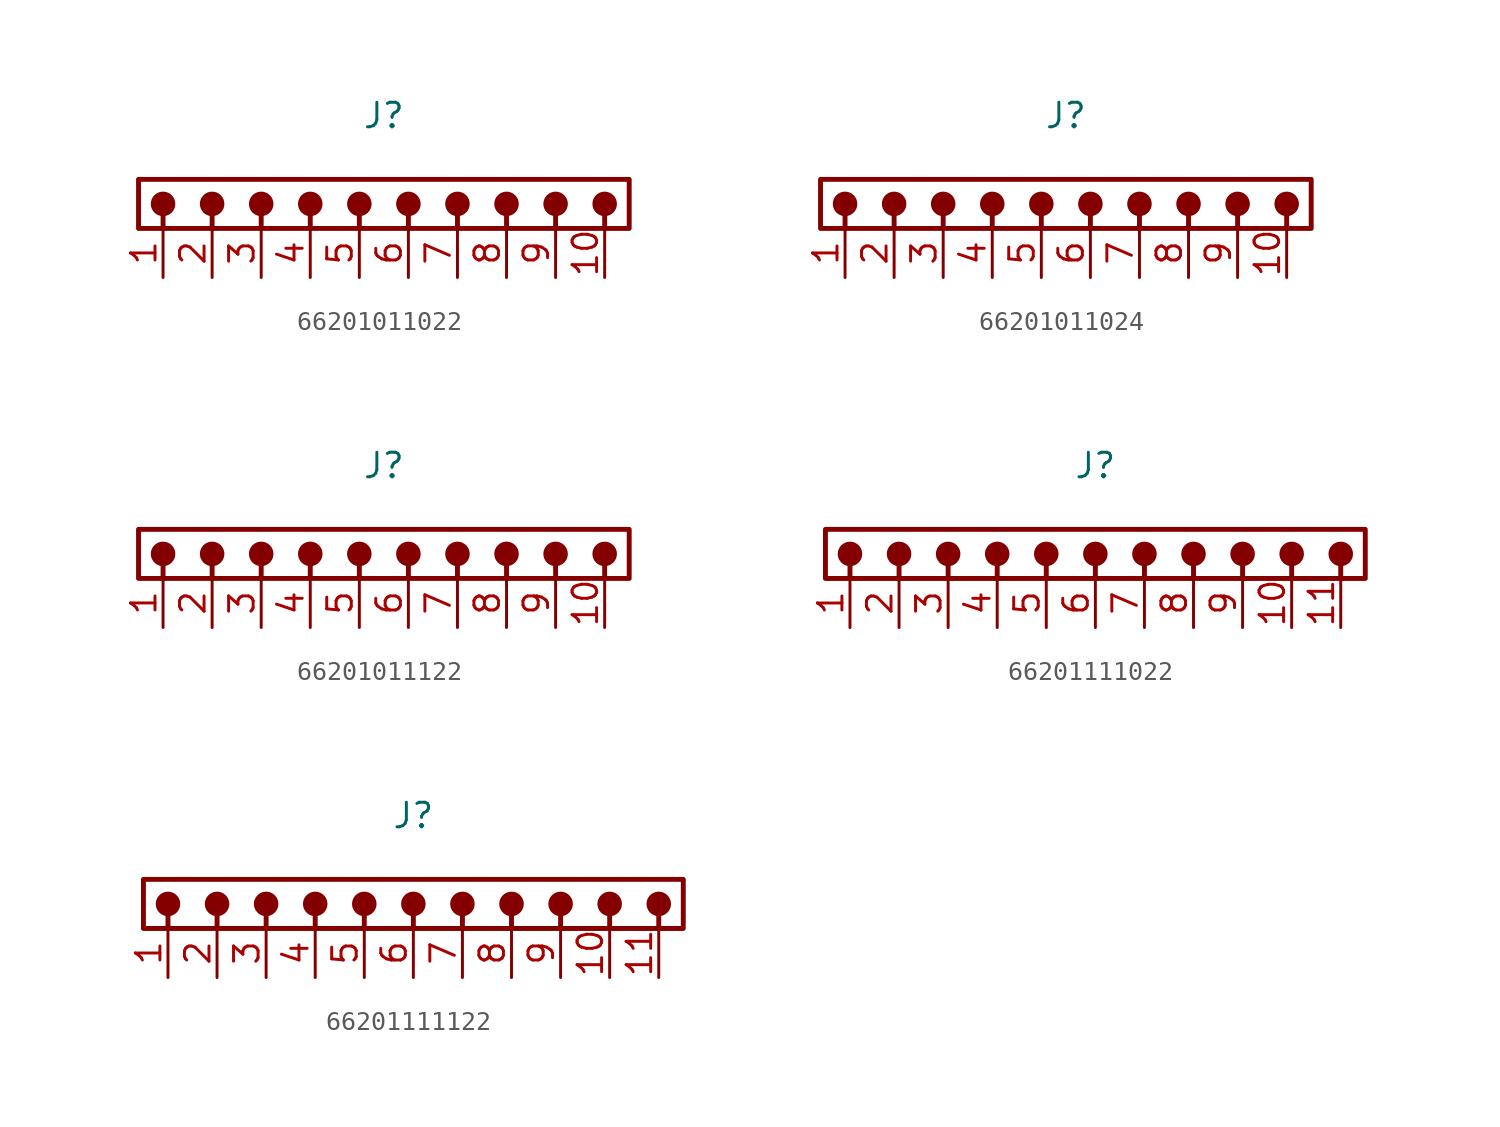
<source format=kicad_sym>
(kicad_symbol_lib
  (version 20241209)
  (generator "kicad_symbol_editor")
  (generator_version "9.0")
  (symbol "66201011022"
    (pin_names
      (hide yes))
    (property "Reference" "J"
      (at 0 4.572 0)
      (effects (font (size 1.27 1.27))))
    (symbol "66201011022_1_1"
      (rectangle (start -12.7 1.27) (end 12.7 -1.27) (stroke (width 0.254) (type solid)) (fill (type none)))
      (circle (center -11.43 0) (radius 0.508) (stroke (width 0.254) (type solid)) (fill (type outline)))
      (polyline (pts (xy -11.43 -0.508) (xy -11.43 -1.27)) (stroke (width 0.254) (type solid)) (fill (type none)))
      (circle (center -8.89 0) (radius 0.508) (stroke (width 0.254) (type solid)) (fill (type outline)))
      (polyline (pts (xy -8.89 -0.508) (xy -8.89 -1.27)) (stroke (width 0.254) (type solid)) (fill (type none)))
      (circle (center -6.35 0) (radius 0.508) (stroke (width 0.254) (type solid)) (fill (type outline)))
      (polyline (pts (xy -6.35 -0.508) (xy -6.35 -1.27)) (stroke (width 0.254) (type solid)) (fill (type none)))
      (circle (center -3.81 0) (radius 0.508) (stroke (width 0.254) (type solid)) (fill (type outline)))
      (polyline (pts (xy -3.81 -0.508) (xy -3.81 -1.27)) (stroke (width 0.254) (type solid)) (fill (type none)))
      (circle (center -1.27 0) (radius 0.508) (stroke (width 0.254) (type solid)) (fill (type outline)))
      (polyline (pts (xy -1.27 -0.508) (xy -1.27 -1.27)) (stroke (width 0.254) (type solid)) (fill (type none)))
      (circle (center 1.27 0) (radius 0.508) (stroke (width 0.254) (type solid)) (fill (type outline)))
      (polyline (pts (xy 1.27 -0.508) (xy 1.27 -1.27)) (stroke (width 0.254) (type solid)) (fill (type none)))
      (circle (center 3.81 0) (radius 0.508) (stroke (width 0.254) (type solid)) (fill (type outline)))
      (polyline (pts (xy 3.81 -0.508) (xy 3.81 -1.27)) (stroke (width 0.254) (type solid)) (fill (type none)))
      (circle (center 6.35 0) (radius 0.508) (stroke (width 0.254) (type solid)) (fill (type outline)))
      (polyline (pts (xy 6.35 -0.508) (xy 6.35 -1.27)) (stroke (width 0.254) (type solid)) (fill (type none)))
      (circle (center 8.89 0) (radius 0.508) (stroke (width 0.254) (type solid)) (fill (type outline)))
      (polyline (pts (xy 8.89 -0.508) (xy 8.89 -1.27)) (stroke (width 0.254) (type solid)) (fill (type none)))
      (circle (center 11.43 0) (radius 0.508) (stroke (width 0.254) (type solid)) (fill (type outline)))
      (polyline (pts (xy 11.43 -0.508) (xy 11.43 -1.27)) (stroke (width 0.254) (type solid)) (fill (type none)))
      (pin passive line (at -11.43 -3.81 90) (length 2.54) (name "1" (effects (font (size 1.27 1.27)))) (number "1" (effects (font (size 1.27 1.27)))))
      (pin passive line (at -8.89 -3.81 90) (length 2.54) (name "2" (effects (font (size 1.27 1.27)))) (number "2" (effects (font (size 1.27 1.27)))))
      (pin passive line (at -6.35 -3.81 90) (length 2.54) (name "3" (effects (font (size 1.27 1.27)))) (number "3" (effects (font (size 1.27 1.27)))))
      (pin passive line (at -3.81 -3.81 90) (length 2.54) (name "4" (effects (font (size 1.27 1.27)))) (number "4" (effects (font (size 1.27 1.27)))))
      (pin passive line (at -1.27 -3.81 90) (length 2.54) (name "5" (effects (font (size 1.27 1.27)))) (number "5" (effects (font (size 1.27 1.27)))))
      (pin passive line (at 1.27 -3.81 90) (length 2.54) (name "6" (effects (font (size 1.27 1.27)))) (number "6" (effects (font (size 1.27 1.27)))))
      (pin passive line (at 3.81 -3.81 90) (length 2.54) (name "7" (effects (font (size 1.27 1.27)))) (number "7" (effects (font (size 1.27 1.27)))))
      (pin passive line (at 6.35 -3.81 90) (length 2.54) (name "8" (effects (font (size 1.27 1.27)))) (number "8" (effects (font (size 1.27 1.27)))))
      (pin passive line (at 8.89 -3.81 90) (length 2.54) (name "9" (effects (font (size 1.27 1.27)))) (number "9" (effects (font (size 1.27 1.27)))))
      (pin passive line (at 11.43 -3.81 90) (length 2.54) (name "10" (effects (font (size 1.27 1.27)))) (number "10" (effects (font (size 1.27 1.27)))))))
  (symbol "66201011024"
    (pin_names
      (hide yes))
    (property "Reference" "J"
      (at 0 4.572 0)
      (effects (font (size 1.27 1.27))))
    (symbol "66201011024_1_1"
      (rectangle (start -12.7 1.27) (end 12.7 -1.27) (stroke (width 0.254) (type solid)) (fill (type none)))
      (circle (center -11.43 0) (radius 0.508) (stroke (width 0.254) (type solid)) (fill (type outline)))
      (polyline (pts (xy -11.43 -0.508) (xy -11.43 -1.27)) (stroke (width 0.254) (type solid)) (fill (type none)))
      (circle (center -8.89 0) (radius 0.508) (stroke (width 0.254) (type solid)) (fill (type outline)))
      (polyline (pts (xy -8.89 -0.508) (xy -8.89 -1.27)) (stroke (width 0.254) (type solid)) (fill (type none)))
      (circle (center -6.35 0) (radius 0.508) (stroke (width 0.254) (type solid)) (fill (type outline)))
      (polyline (pts (xy -6.35 -0.508) (xy -6.35 -1.27)) (stroke (width 0.254) (type solid)) (fill (type none)))
      (circle (center -3.81 0) (radius 0.508) (stroke (width 0.254) (type solid)) (fill (type outline)))
      (polyline (pts (xy -3.81 -0.508) (xy -3.81 -1.27)) (stroke (width 0.254) (type solid)) (fill (type none)))
      (circle (center -1.27 0) (radius 0.508) (stroke (width 0.254) (type solid)) (fill (type outline)))
      (polyline (pts (xy -1.27 -0.508) (xy -1.27 -1.27)) (stroke (width 0.254) (type solid)) (fill (type none)))
      (circle (center 1.27 0) (radius 0.508) (stroke (width 0.254) (type solid)) (fill (type outline)))
      (polyline (pts (xy 1.27 -0.508) (xy 1.27 -1.27)) (stroke (width 0.254) (type solid)) (fill (type none)))
      (circle (center 3.81 0) (radius 0.508) (stroke (width 0.254) (type solid)) (fill (type outline)))
      (polyline (pts (xy 3.81 -0.508) (xy 3.81 -1.27)) (stroke (width 0.254) (type solid)) (fill (type none)))
      (circle (center 6.35 0) (radius 0.508) (stroke (width 0.254) (type solid)) (fill (type outline)))
      (polyline (pts (xy 6.35 -0.508) (xy 6.35 -1.27)) (stroke (width 0.254) (type solid)) (fill (type none)))
      (circle (center 8.89 0) (radius 0.508) (stroke (width 0.254) (type solid)) (fill (type outline)))
      (polyline (pts (xy 8.89 -0.508) (xy 8.89 -1.27)) (stroke (width 0.254) (type solid)) (fill (type none)))
      (circle (center 11.43 0) (radius 0.508) (stroke (width 0.254) (type solid)) (fill (type outline)))
      (polyline (pts (xy 11.43 -0.508) (xy 11.43 -1.27)) (stroke (width 0.254) (type solid)) (fill (type none)))
      (pin passive line (at -11.43 -3.81 90) (length 2.54) (name "1" (effects (font (size 1.27 1.27)))) (number "1" (effects (font (size 1.27 1.27)))))
      (pin passive line (at -8.89 -3.81 90) (length 2.54) (name "2" (effects (font (size 1.27 1.27)))) (number "2" (effects (font (size 1.27 1.27)))))
      (pin passive line (at -6.35 -3.81 90) (length 2.54) (name "3" (effects (font (size 1.27 1.27)))) (number "3" (effects (font (size 1.27 1.27)))))
      (pin passive line (at -3.81 -3.81 90) (length 2.54) (name "4" (effects (font (size 1.27 1.27)))) (number "4" (effects (font (size 1.27 1.27)))))
      (pin passive line (at -1.27 -3.81 90) (length 2.54) (name "5" (effects (font (size 1.27 1.27)))) (number "5" (effects (font (size 1.27 1.27)))))
      (pin passive line (at 1.27 -3.81 90) (length 2.54) (name "6" (effects (font (size 1.27 1.27)))) (number "6" (effects (font (size 1.27 1.27)))))
      (pin passive line (at 3.81 -3.81 90) (length 2.54) (name "7" (effects (font (size 1.27 1.27)))) (number "7" (effects (font (size 1.27 1.27)))))
      (pin passive line (at 6.35 -3.81 90) (length 2.54) (name "8" (effects (font (size 1.27 1.27)))) (number "8" (effects (font (size 1.27 1.27)))))
      (pin passive line (at 8.89 -3.81 90) (length 2.54) (name "9" (effects (font (size 1.27 1.27)))) (number "9" (effects (font (size 1.27 1.27)))))
      (pin passive line (at 11.43 -3.81 90) (length 2.54) (name "10" (effects (font (size 1.27 1.27)))) (number "10" (effects (font (size 1.27 1.27)))))))
  (symbol "66201011122"
    (pin_names
      (hide yes))
    (property "Reference" "J"
      (at 0 4.572 0)
      (effects (font (size 1.27 1.27))))
    (symbol "66201011122_1_1"
      (rectangle (start -12.7 1.27) (end 12.7 -1.27) (stroke (width 0.254) (type solid)) (fill (type none)))
      (circle (center -11.43 0) (radius 0.508) (stroke (width 0.254) (type solid)) (fill (type outline)))
      (polyline (pts (xy -11.43 -0.508) (xy -11.43 -1.27)) (stroke (width 0.254) (type solid)) (fill (type none)))
      (circle (center -8.89 0) (radius 0.508) (stroke (width 0.254) (type solid)) (fill (type outline)))
      (polyline (pts (xy -8.89 -0.508) (xy -8.89 -1.27)) (stroke (width 0.254) (type solid)) (fill (type none)))
      (circle (center -6.35 0) (radius 0.508) (stroke (width 0.254) (type solid)) (fill (type outline)))
      (polyline (pts (xy -6.35 -0.508) (xy -6.35 -1.27)) (stroke (width 0.254) (type solid)) (fill (type none)))
      (circle (center -3.81 0) (radius 0.508) (stroke (width 0.254) (type solid)) (fill (type outline)))
      (polyline (pts (xy -3.81 -0.508) (xy -3.81 -1.27)) (stroke (width 0.254) (type solid)) (fill (type none)))
      (circle (center -1.27 0) (radius 0.508) (stroke (width 0.254) (type solid)) (fill (type outline)))
      (polyline (pts (xy -1.27 -0.508) (xy -1.27 -1.27)) (stroke (width 0.254) (type solid)) (fill (type none)))
      (circle (center 1.27 0) (radius 0.508) (stroke (width 0.254) (type solid)) (fill (type outline)))
      (polyline (pts (xy 1.27 -0.508) (xy 1.27 -1.27)) (stroke (width 0.254) (type solid)) (fill (type none)))
      (circle (center 3.81 0) (radius 0.508) (stroke (width 0.254) (type solid)) (fill (type outline)))
      (polyline (pts (xy 3.81 -0.508) (xy 3.81 -1.27)) (stroke (width 0.254) (type solid)) (fill (type none)))
      (circle (center 6.35 0) (radius 0.508) (stroke (width 0.254) (type solid)) (fill (type outline)))
      (polyline (pts (xy 6.35 -0.508) (xy 6.35 -1.27)) (stroke (width 0.254) (type solid)) (fill (type none)))
      (circle (center 8.89 0) (radius 0.508) (stroke (width 0.254) (type solid)) (fill (type outline)))
      (polyline (pts (xy 8.89 -0.508) (xy 8.89 -1.27)) (stroke (width 0.254) (type solid)) (fill (type none)))
      (circle (center 11.43 0) (radius 0.508) (stroke (width 0.254) (type solid)) (fill (type outline)))
      (polyline (pts (xy 11.43 -0.508) (xy 11.43 -1.27)) (stroke (width 0.254) (type solid)) (fill (type none)))
      (pin passive line (at -11.43 -3.81 90) (length 2.54) (name "1" (effects (font (size 1.27 1.27)))) (number "1" (effects (font (size 1.27 1.27)))))
      (pin passive line (at -8.89 -3.81 90) (length 2.54) (name "2" (effects (font (size 1.27 1.27)))) (number "2" (effects (font (size 1.27 1.27)))))
      (pin passive line (at -6.35 -3.81 90) (length 2.54) (name "3" (effects (font (size 1.27 1.27)))) (number "3" (effects (font (size 1.27 1.27)))))
      (pin passive line (at -3.81 -3.81 90) (length 2.54) (name "4" (effects (font (size 1.27 1.27)))) (number "4" (effects (font (size 1.27 1.27)))))
      (pin passive line (at -1.27 -3.81 90) (length 2.54) (name "5" (effects (font (size 1.27 1.27)))) (number "5" (effects (font (size 1.27 1.27)))))
      (pin passive line (at 1.27 -3.81 90) (length 2.54) (name "6" (effects (font (size 1.27 1.27)))) (number "6" (effects (font (size 1.27 1.27)))))
      (pin passive line (at 3.81 -3.81 90) (length 2.54) (name "7" (effects (font (size 1.27 1.27)))) (number "7" (effects (font (size 1.27 1.27)))))
      (pin passive line (at 6.35 -3.81 90) (length 2.54) (name "8" (effects (font (size 1.27 1.27)))) (number "8" (effects (font (size 1.27 1.27)))))
      (pin passive line (at 8.89 -3.81 90) (length 2.54) (name "9" (effects (font (size 1.27 1.27)))) (number "9" (effects (font (size 1.27 1.27)))))
      (pin passive line (at 11.43 -3.81 90) (length 2.54) (name "10" (effects (font (size 1.27 1.27)))) (number "10" (effects (font (size 1.27 1.27)))))))
  (symbol "66201111022"
    (pin_names
      (hide yes))
    (property "Reference" "J"
      (at 0 4.572 0)
      (effects (font (size 1.27 1.27))))
    (symbol "66201111022_1_1"
      (rectangle (start -13.97 1.27) (end 13.97 -1.27) (stroke (width 0.254) (type solid)) (fill (type none)))
      (circle (center -12.7 0) (radius 0.508) (stroke (width 0.254) (type solid)) (fill (type outline)))
      (polyline (pts (xy -12.7 -0.508) (xy -12.7 -1.27)) (stroke (width 0.254) (type solid)) (fill (type none)))
      (circle (center -10.16 0) (radius 0.508) (stroke (width 0.254) (type solid)) (fill (type outline)))
      (polyline (pts (xy -10.16 -0.508) (xy -10.16 -1.27)) (stroke (width 0.254) (type solid)) (fill (type none)))
      (circle (center -7.62 0) (radius 0.508) (stroke (width 0.254) (type solid)) (fill (type outline)))
      (polyline (pts (xy -7.62 -0.508) (xy -7.62 -1.27)) (stroke (width 0.254) (type solid)) (fill (type none)))
      (circle (center -5.08 0) (radius 0.508) (stroke (width 0.254) (type solid)) (fill (type outline)))
      (polyline (pts (xy -5.08 -0.508) (xy -5.08 -1.27)) (stroke (width 0.254) (type solid)) (fill (type none)))
      (circle (center -2.54 0) (radius 0.508) (stroke (width 0.254) (type solid)) (fill (type outline)))
      (polyline (pts (xy -2.54 -0.508) (xy -2.54 -1.27)) (stroke (width 0.254) (type solid)) (fill (type none)))
      (circle (center 0 0) (radius 0.508) (stroke (width 0.254) (type solid)) (fill (type outline)))
      (polyline (pts (xy 0 -0.508) (xy 0 -1.27)) (stroke (width 0.254) (type solid)) (fill (type none)))
      (circle (center 2.54 0) (radius 0.508) (stroke (width 0.254) (type solid)) (fill (type outline)))
      (polyline (pts (xy 2.54 -0.508) (xy 2.54 -1.27)) (stroke (width 0.254) (type solid)) (fill (type none)))
      (circle (center 5.08 0) (radius 0.508) (stroke (width 0.254) (type solid)) (fill (type outline)))
      (polyline (pts (xy 5.08 -0.508) (xy 5.08 -1.27)) (stroke (width 0.254) (type solid)) (fill (type none)))
      (circle (center 7.62 0) (radius 0.508) (stroke (width 0.254) (type solid)) (fill (type outline)))
      (polyline (pts (xy 7.62 -0.508) (xy 7.62 -1.27)) (stroke (width 0.254) (type solid)) (fill (type none)))
      (circle (center 10.16 0) (radius 0.508) (stroke (width 0.254) (type solid)) (fill (type outline)))
      (polyline (pts (xy 10.16 -0.508) (xy 10.16 -1.27)) (stroke (width 0.254) (type solid)) (fill (type none)))
      (circle (center 12.7 0) (radius 0.508) (stroke (width 0.254) (type solid)) (fill (type outline)))
      (polyline (pts (xy 12.7 -0.508) (xy 12.7 -1.27)) (stroke (width 0.254) (type solid)) (fill (type none)))
      (pin passive line (at -12.7 -3.81 90) (length 2.54) (name "1" (effects (font (size 1.27 1.27)))) (number "1" (effects (font (size 1.27 1.27)))))
      (pin passive line (at -10.16 -3.81 90) (length 2.54) (name "2" (effects (font (size 1.27 1.27)))) (number "2" (effects (font (size 1.27 1.27)))))
      (pin passive line (at -7.62 -3.81 90) (length 2.54) (name "3" (effects (font (size 1.27 1.27)))) (number "3" (effects (font (size 1.27 1.27)))))
      (pin passive line (at -5.08 -3.81 90) (length 2.54) (name "4" (effects (font (size 1.27 1.27)))) (number "4" (effects (font (size 1.27 1.27)))))
      (pin passive line (at -2.54 -3.81 90) (length 2.54) (name "5" (effects (font (size 1.27 1.27)))) (number "5" (effects (font (size 1.27 1.27)))))
      (pin passive line (at 0 -3.81 90) (length 2.54) (name "6" (effects (font (size 1.27 1.27)))) (number "6" (effects (font (size 1.27 1.27)))))
      (pin passive line (at 2.54 -3.81 90) (length 2.54) (name "7" (effects (font (size 1.27 1.27)))) (number "7" (effects (font (size 1.27 1.27)))))
      (pin passive line (at 5.08 -3.81 90) (length 2.54) (name "8" (effects (font (size 1.27 1.27)))) (number "8" (effects (font (size 1.27 1.27)))))
      (pin passive line (at 7.62 -3.81 90) (length 2.54) (name "9" (effects (font (size 1.27 1.27)))) (number "9" (effects (font (size 1.27 1.27)))))
      (pin passive line (at 10.16 -3.81 90) (length 2.54) (name "10" (effects (font (size 1.27 1.27)))) (number "10" (effects (font (size 1.27 1.27)))))
      (pin passive line (at 12.7 -3.81 90) (length 2.54) (name "11" (effects (font (size 1.27 1.27)))) (number "11" (effects (font (size 1.27 1.27)))))))
  (symbol "66201111122"
    (pin_names
      (hide yes))
    (property "Reference" "J"
      (at 0 4.572 0)
      (effects (font (size 1.27 1.27))))
    (symbol "66201111122_1_1"
      (rectangle (start -13.97 1.27) (end 13.97 -1.27) (stroke (width 0.254) (type solid)) (fill (type none)))
      (circle (center -12.7 0) (radius 0.508) (stroke (width 0.254) (type solid)) (fill (type outline)))
      (polyline (pts (xy -12.7 -0.508) (xy -12.7 -1.27)) (stroke (width 0.254) (type solid)) (fill (type none)))
      (circle (center -10.16 0) (radius 0.508) (stroke (width 0.254) (type solid)) (fill (type outline)))
      (polyline (pts (xy -10.16 -0.508) (xy -10.16 -1.27)) (stroke (width 0.254) (type solid)) (fill (type none)))
      (circle (center -7.62 0) (radius 0.508) (stroke (width 0.254) (type solid)) (fill (type outline)))
      (polyline (pts (xy -7.62 -0.508) (xy -7.62 -1.27)) (stroke (width 0.254) (type solid)) (fill (type none)))
      (circle (center -5.08 0) (radius 0.508) (stroke (width 0.254) (type solid)) (fill (type outline)))
      (polyline (pts (xy -5.08 -0.508) (xy -5.08 -1.27)) (stroke (width 0.254) (type solid)) (fill (type none)))
      (circle (center -2.54 0) (radius 0.508) (stroke (width 0.254) (type solid)) (fill (type outline)))
      (polyline (pts (xy -2.54 -0.508) (xy -2.54 -1.27)) (stroke (width 0.254) (type solid)) (fill (type none)))
      (circle (center 0 0) (radius 0.508) (stroke (width 0.254) (type solid)) (fill (type outline)))
      (polyline (pts (xy 0 -0.508) (xy 0 -1.27)) (stroke (width 0.254) (type solid)) (fill (type none)))
      (circle (center 2.54 0) (radius 0.508) (stroke (width 0.254) (type solid)) (fill (type outline)))
      (polyline (pts (xy 2.54 -0.508) (xy 2.54 -1.27)) (stroke (width 0.254) (type solid)) (fill (type none)))
      (circle (center 5.08 0) (radius 0.508) (stroke (width 0.254) (type solid)) (fill (type outline)))
      (polyline (pts (xy 5.08 -0.508) (xy 5.08 -1.27)) (stroke (width 0.254) (type solid)) (fill (type none)))
      (circle (center 7.62 0) (radius 0.508) (stroke (width 0.254) (type solid)) (fill (type outline)))
      (polyline (pts (xy 7.62 -0.508) (xy 7.62 -1.27)) (stroke (width 0.254) (type solid)) (fill (type none)))
      (circle (center 10.16 0) (radius 0.508) (stroke (width 0.254) (type solid)) (fill (type outline)))
      (polyline (pts (xy 10.16 -0.508) (xy 10.16 -1.27)) (stroke (width 0.254) (type solid)) (fill (type none)))
      (circle (center 12.7 0) (radius 0.508) (stroke (width 0.254) (type solid)) (fill (type outline)))
      (polyline (pts (xy 12.7 -0.508) (xy 12.7 -1.27)) (stroke (width 0.254) (type solid)) (fill (type none)))
      (pin passive line (at -12.7 -3.81 90) (length 2.54) (name "1" (effects (font (size 1.27 1.27)))) (number "1" (effects (font (size 1.27 1.27)))))
      (pin passive line (at -10.16 -3.81 90) (length 2.54) (name "2" (effects (font (size 1.27 1.27)))) (number "2" (effects (font (size 1.27 1.27)))))
      (pin passive line (at -7.62 -3.81 90) (length 2.54) (name "3" (effects (font (size 1.27 1.27)))) (number "3" (effects (font (size 1.27 1.27)))))
      (pin passive line (at -5.08 -3.81 90) (length 2.54) (name "4" (effects (font (size 1.27 1.27)))) (number "4" (effects (font (size 1.27 1.27)))))
      (pin passive line (at -2.54 -3.81 90) (length 2.54) (name "5" (effects (font (size 1.27 1.27)))) (number "5" (effects (font (size 1.27 1.27)))))
      (pin passive line (at 0 -3.81 90) (length 2.54) (name "6" (effects (font (size 1.27 1.27)))) (number "6" (effects (font (size 1.27 1.27)))))
      (pin passive line (at 2.54 -3.81 90) (length 2.54) (name "7" (effects (font (size 1.27 1.27)))) (number "7" (effects (font (size 1.27 1.27)))))
      (pin passive line (at 5.08 -3.81 90) (length 2.54) (name "8" (effects (font (size 1.27 1.27)))) (number "8" (effects (font (size 1.27 1.27)))))
      (pin passive line (at 7.62 -3.81 90) (length 2.54) (name "9" (effects (font (size 1.27 1.27)))) (number "9" (effects (font (size 1.27 1.27)))))
      (pin passive line (at 10.16 -3.81 90) (length 2.54) (name "10" (effects (font (size 1.27 1.27)))) (number "10" (effects (font (size 1.27 1.27)))))
      (pin passive line (at 12.7 -3.81 90) (length 2.54) (name "11" (effects (font (size 1.27 1.27)))) (number "11" (effects (font (size 1.27 1.27))))))))
</source>
